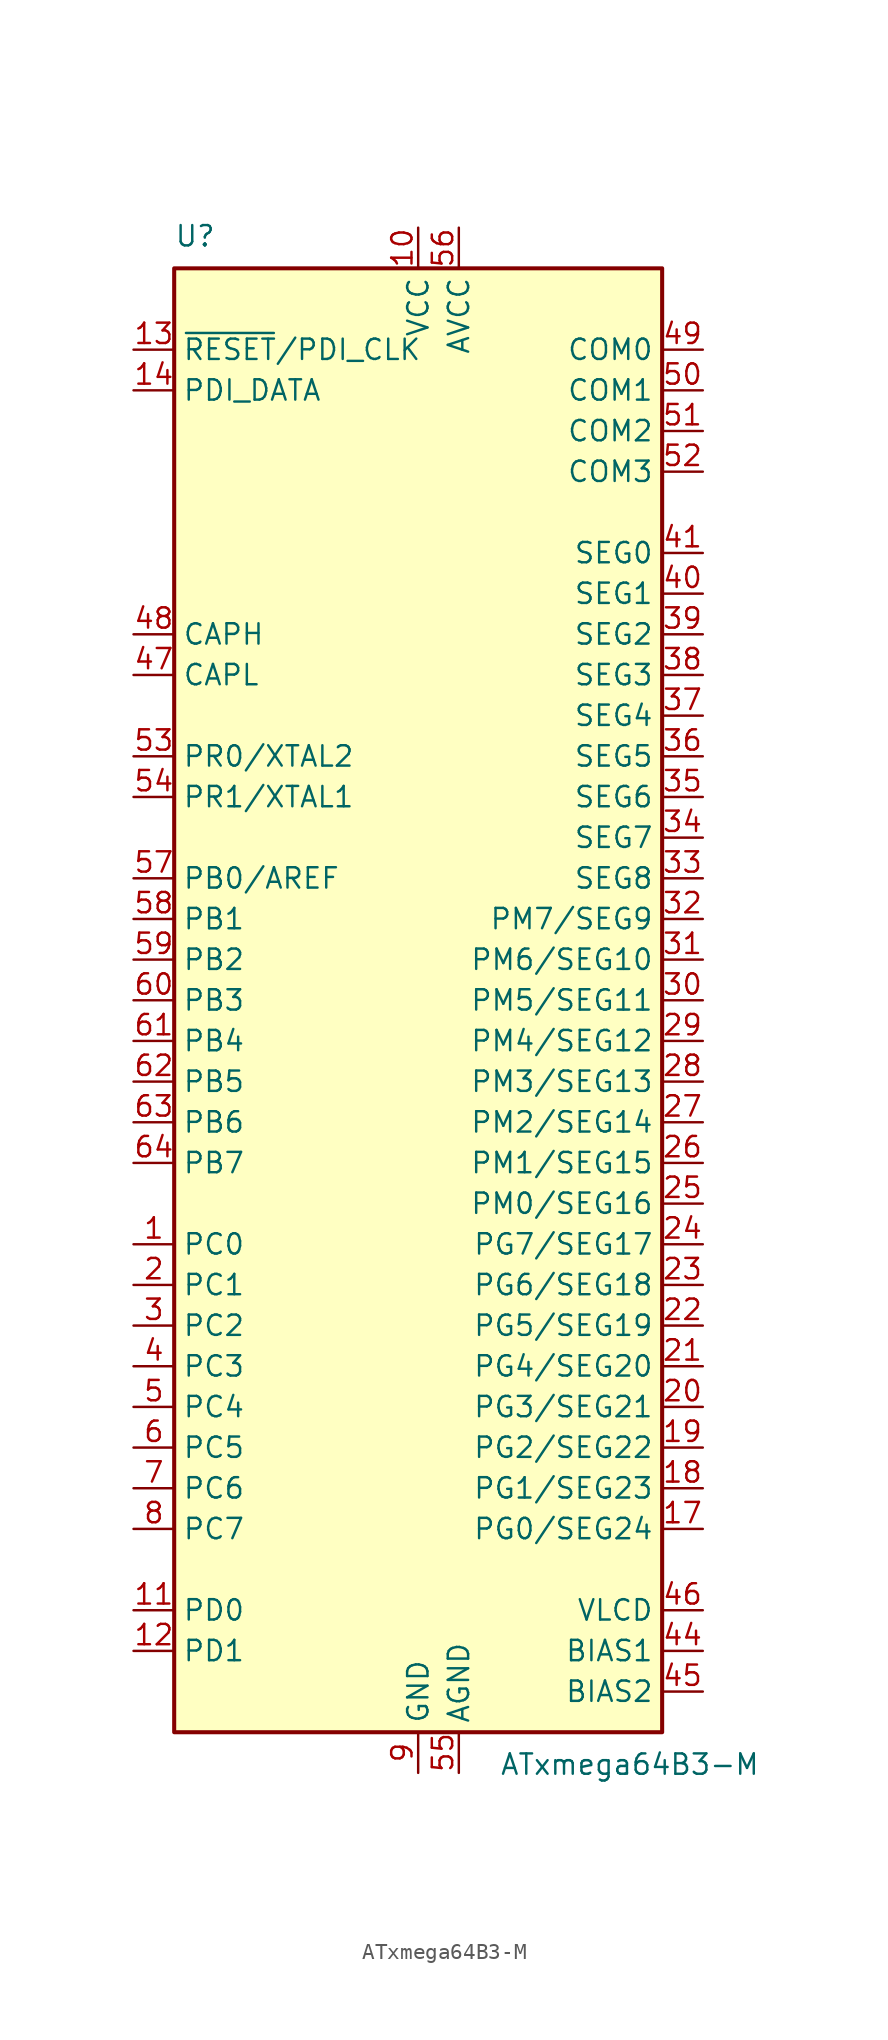
<source format=kicad_sym>
(kicad_symbol_lib
  (version 20231120)
  (generator "kicad_symbol_editor")
  (generator_version "8.0")
  (symbol "ATxmega64B3-M"
    (property "Reference" "U"
      (at -15.24 46.99 0)
      (effects (font (size 1.27 1.27)) (justify left bottom)))
    (property "Value" "ATxmega64B3-M"
      (at 5.08 -46.99 0)
      (effects (font (size 1.27 1.27)) (justify left top)))
    (symbol "ATxmega64B3-M_0_1"
      (rectangle (start -15.24 -45.72) (end 15.24 45.72) (stroke (width 0.254) (type default)) (fill (type background))))
    (symbol "ATxmega64B3-M_1_1"
      (pin bidirectional line (at -17.78 -15.24 0) (length 2.54) (name "PC0" (effects (font (size 1.27 1.27)))) (number "1" (effects (font (size 1.27 1.27)))))
      (pin power_in line (at 0 48.26 270) (length 2.54) (name "VCC" (effects (font (size 1.27 1.27)))) (number "10" (effects (font (size 1.27 1.27)))))
      (pin bidirectional line (at -17.78 -38.1 0) (length 2.54) (name "PD0" (effects (font (size 1.27 1.27)))) (number "11" (effects (font (size 1.27 1.27)))))
      (pin bidirectional line (at -17.78 -40.64 0) (length 2.54) (name "PD1" (effects (font (size 1.27 1.27)))) (number "12" (effects (font (size 1.27 1.27)))))
      (pin input line (at -17.78 40.64 0) (length 2.54) (name "~{RESET}/PDI_CLK" (effects (font (size 1.27 1.27)))) (number "13" (effects (font (size 1.27 1.27)))))
      (pin bidirectional line (at -17.78 38.1 0) (length 2.54) (name "PDI_DATA" (effects (font (size 1.27 1.27)))) (number "14" (effects (font (size 1.27 1.27)))))
      (pin passive line (at 0 -48.26 90) (length 2.54) hide (name "GND" (effects (font (size 1.27 1.27)))) (number "15" (effects (font (size 1.27 1.27)))))
      (pin passive line (at 0 48.26 270) (length 2.54) hide (name "VCC" (effects (font (size 1.27 1.27)))) (number "16" (effects (font (size 1.27 1.27)))))
      (pin bidirectional line (at 17.78 -33.02 180) (length 2.54) (name "PG0/SEG24" (effects (font (size 1.27 1.27)))) (number "17" (effects (font (size 1.27 1.27)))))
      (pin bidirectional line (at 17.78 -30.48 180) (length 2.54) (name "PG1/SEG23" (effects (font (size 1.27 1.27)))) (number "18" (effects (font (size 1.27 1.27)))))
      (pin bidirectional line (at 17.78 -27.94 180) (length 2.54) (name "PG2/SEG22" (effects (font (size 1.27 1.27)))) (number "19" (effects (font (size 1.27 1.27)))))
      (pin bidirectional line (at -17.78 -17.78 0) (length 2.54) (name "PC1" (effects (font (size 1.27 1.27)))) (number "2" (effects (font (size 1.27 1.27)))))
      (pin bidirectional line (at 17.78 -25.4 180) (length 2.54) (name "PG3/SEG21" (effects (font (size 1.27 1.27)))) (number "20" (effects (font (size 1.27 1.27)))))
      (pin bidirectional line (at 17.78 -22.86 180) (length 2.54) (name "PG4/SEG20" (effects (font (size 1.27 1.27)))) (number "21" (effects (font (size 1.27 1.27)))))
      (pin bidirectional line (at 17.78 -20.32 180) (length 2.54) (name "PG5/SEG19" (effects (font (size 1.27 1.27)))) (number "22" (effects (font (size 1.27 1.27)))))
      (pin bidirectional line (at 17.78 -17.78 180) (length 2.54) (name "PG6/SEG18" (effects (font (size 1.27 1.27)))) (number "23" (effects (font (size 1.27 1.27)))))
      (pin bidirectional line (at 17.78 -15.24 180) (length 2.54) (name "PG7/SEG17" (effects (font (size 1.27 1.27)))) (number "24" (effects (font (size 1.27 1.27)))))
      (pin bidirectional line (at 17.78 -12.7 180) (length 2.54) (name "PM0/SEG16" (effects (font (size 1.27 1.27)))) (number "25" (effects (font (size 1.27 1.27)))))
      (pin bidirectional line (at 17.78 -10.16 180) (length 2.54) (name "PM1/SEG15" (effects (font (size 1.27 1.27)))) (number "26" (effects (font (size 1.27 1.27)))))
      (pin bidirectional line (at 17.78 -7.62 180) (length 2.54) (name "PM2/SEG14" (effects (font (size 1.27 1.27)))) (number "27" (effects (font (size 1.27 1.27)))))
      (pin bidirectional line (at 17.78 -5.08 180) (length 2.54) (name "PM3/SEG13" (effects (font (size 1.27 1.27)))) (number "28" (effects (font (size 1.27 1.27)))))
      (pin bidirectional line (at 17.78 -2.54 180) (length 2.54) (name "PM4/SEG12" (effects (font (size 1.27 1.27)))) (number "29" (effects (font (size 1.27 1.27)))))
      (pin bidirectional line (at -17.78 -20.32 0) (length 2.54) (name "PC2" (effects (font (size 1.27 1.27)))) (number "3" (effects (font (size 1.27 1.27)))))
      (pin bidirectional line (at 17.78 0 180) (length 2.54) (name "PM5/SEG11" (effects (font (size 1.27 1.27)))) (number "30" (effects (font (size 1.27 1.27)))))
      (pin bidirectional line (at 17.78 2.54 180) (length 2.54) (name "PM6/SEG10" (effects (font (size 1.27 1.27)))) (number "31" (effects (font (size 1.27 1.27)))))
      (pin bidirectional line (at 17.78 5.08 180) (length 2.54) (name "PM7/SEG9" (effects (font (size 1.27 1.27)))) (number "32" (effects (font (size 1.27 1.27)))))
      (pin output line (at 17.78 7.62 180) (length 2.54) (name "SEG8" (effects (font (size 1.27 1.27)))) (number "33" (effects (font (size 1.27 1.27)))))
      (pin output line (at 17.78 10.16 180) (length 2.54) (name "SEG7" (effects (font (size 1.27 1.27)))) (number "34" (effects (font (size 1.27 1.27)))))
      (pin output line (at 17.78 12.7 180) (length 2.54) (name "SEG6" (effects (font (size 1.27 1.27)))) (number "35" (effects (font (size 1.27 1.27)))))
      (pin output line (at 17.78 15.24 180) (length 2.54) (name "SEG5" (effects (font (size 1.27 1.27)))) (number "36" (effects (font (size 1.27 1.27)))))
      (pin output line (at 17.78 17.78 180) (length 2.54) (name "SEG4" (effects (font (size 1.27 1.27)))) (number "37" (effects (font (size 1.27 1.27)))))
      (pin output line (at 17.78 20.32 180) (length 2.54) (name "SEG3" (effects (font (size 1.27 1.27)))) (number "38" (effects (font (size 1.27 1.27)))))
      (pin output line (at 17.78 22.86 180) (length 2.54) (name "SEG2" (effects (font (size 1.27 1.27)))) (number "39" (effects (font (size 1.27 1.27)))))
      (pin bidirectional line (at -17.78 -22.86 0) (length 2.54) (name "PC3" (effects (font (size 1.27 1.27)))) (number "4" (effects (font (size 1.27 1.27)))))
      (pin output line (at 17.78 25.4 180) (length 2.54) (name "SEG1" (effects (font (size 1.27 1.27)))) (number "40" (effects (font (size 1.27 1.27)))))
      (pin output line (at 17.78 27.94 180) (length 2.54) (name "SEG0" (effects (font (size 1.27 1.27)))) (number "41" (effects (font (size 1.27 1.27)))))
      (pin passive line (at 0 -48.26 90) (length 2.54) hide (name "GND" (effects (font (size 1.27 1.27)))) (number "42" (effects (font (size 1.27 1.27)))))
      (pin passive line (at 0 48.26 270) (length 2.54) hide (name "VCC" (effects (font (size 1.27 1.27)))) (number "43" (effects (font (size 1.27 1.27)))))
      (pin power_out line (at 17.78 -40.64 180) (length 2.54) (name "BIAS1" (effects (font (size 1.27 1.27)))) (number "44" (effects (font (size 1.27 1.27)))))
      (pin power_out line (at 17.78 -43.18 180) (length 2.54) (name "BIAS2" (effects (font (size 1.27 1.27)))) (number "45" (effects (font (size 1.27 1.27)))))
      (pin power_out line (at 17.78 -38.1 180) (length 2.54) (name "VLCD" (effects (font (size 1.27 1.27)))) (number "46" (effects (font (size 1.27 1.27)))))
      (pin passive line (at -17.78 20.32 0) (length 2.54) (name "CAPL" (effects (font (size 1.27 1.27)))) (number "47" (effects (font (size 1.27 1.27)))))
      (pin passive line (at -17.78 22.86 0) (length 2.54) (name "CAPH" (effects (font (size 1.27 1.27)))) (number "48" (effects (font (size 1.27 1.27)))))
      (pin output line (at 17.78 40.64 180) (length 2.54) (name "COM0" (effects (font (size 1.27 1.27)))) (number "49" (effects (font (size 1.27 1.27)))))
      (pin bidirectional line (at -17.78 -25.4 0) (length 2.54) (name "PC4" (effects (font (size 1.27 1.27)))) (number "5" (effects (font (size 1.27 1.27)))))
      (pin output line (at 17.78 38.1 180) (length 2.54) (name "COM1" (effects (font (size 1.27 1.27)))) (number "50" (effects (font (size 1.27 1.27)))))
      (pin output line (at 17.78 35.56 180) (length 2.54) (name "COM2" (effects (font (size 1.27 1.27)))) (number "51" (effects (font (size 1.27 1.27)))))
      (pin output line (at 17.78 33.02 180) (length 2.54) (name "COM3" (effects (font (size 1.27 1.27)))) (number "52" (effects (font (size 1.27 1.27)))))
      (pin bidirectional line (at -17.78 15.24 0) (length 2.54) (name "PR0/XTAL2" (effects (font (size 1.27 1.27)))) (number "53" (effects (font (size 1.27 1.27)))))
      (pin bidirectional line (at -17.78 12.7 0) (length 2.54) (name "PR1/XTAL1" (effects (font (size 1.27 1.27)))) (number "54" (effects (font (size 1.27 1.27)))))
      (pin power_in line (at 2.54 -48.26 90) (length 2.54) (name "AGND" (effects (font (size 1.27 1.27)))) (number "55" (effects (font (size 1.27 1.27)))))
      (pin power_in line (at 2.54 48.26 270) (length 2.54) (name "AVCC" (effects (font (size 1.27 1.27)))) (number "56" (effects (font (size 1.27 1.27)))))
      (pin bidirectional line (at -17.78 7.62 0) (length 2.54) (name "PB0/AREF" (effects (font (size 1.27 1.27)))) (number "57" (effects (font (size 1.27 1.27)))))
      (pin bidirectional line (at -17.78 5.08 0) (length 2.54) (name "PB1" (effects (font (size 1.27 1.27)))) (number "58" (effects (font (size 1.27 1.27)))))
      (pin bidirectional line (at -17.78 2.54 0) (length 2.54) (name "PB2" (effects (font (size 1.27 1.27)))) (number "59" (effects (font (size 1.27 1.27)))))
      (pin bidirectional line (at -17.78 -27.94 0) (length 2.54) (name "PC5" (effects (font (size 1.27 1.27)))) (number "6" (effects (font (size 1.27 1.27)))))
      (pin bidirectional line (at -17.78 0 0) (length 2.54) (name "PB3" (effects (font (size 1.27 1.27)))) (number "60" (effects (font (size 1.27 1.27)))))
      (pin bidirectional line (at -17.78 -2.54 0) (length 2.54) (name "PB4" (effects (font (size 1.27 1.27)))) (number "61" (effects (font (size 1.27 1.27)))))
      (pin bidirectional line (at -17.78 -5.08 0) (length 2.54) (name "PB5" (effects (font (size 1.27 1.27)))) (number "62" (effects (font (size 1.27 1.27)))))
      (pin bidirectional line (at -17.78 -7.62 0) (length 2.54) (name "PB6" (effects (font (size 1.27 1.27)))) (number "63" (effects (font (size 1.27 1.27)))))
      (pin bidirectional line (at -17.78 -10.16 0) (length 2.54) (name "PB7" (effects (font (size 1.27 1.27)))) (number "64" (effects (font (size 1.27 1.27)))))
      (pin passive line (at 0 -48.26 90) (length 2.54) hide (name "GND" (effects (font (size 1.27 1.27)))) (number "65" (effects (font (size 1.27 1.27)))))
      (pin bidirectional line (at -17.78 -30.48 0) (length 2.54) (name "PC6" (effects (font (size 1.27 1.27)))) (number "7" (effects (font (size 1.27 1.27)))))
      (pin bidirectional line (at -17.78 -33.02 0) (length 2.54) (name "PC7" (effects (font (size 1.27 1.27)))) (number "8" (effects (font (size 1.27 1.27)))))
      (pin power_in line (at 0 -48.26 90) (length 2.54) (name "GND" (effects (font (size 1.27 1.27)))) (number "9" (effects (font (size 1.27 1.27))))))))
</source>
